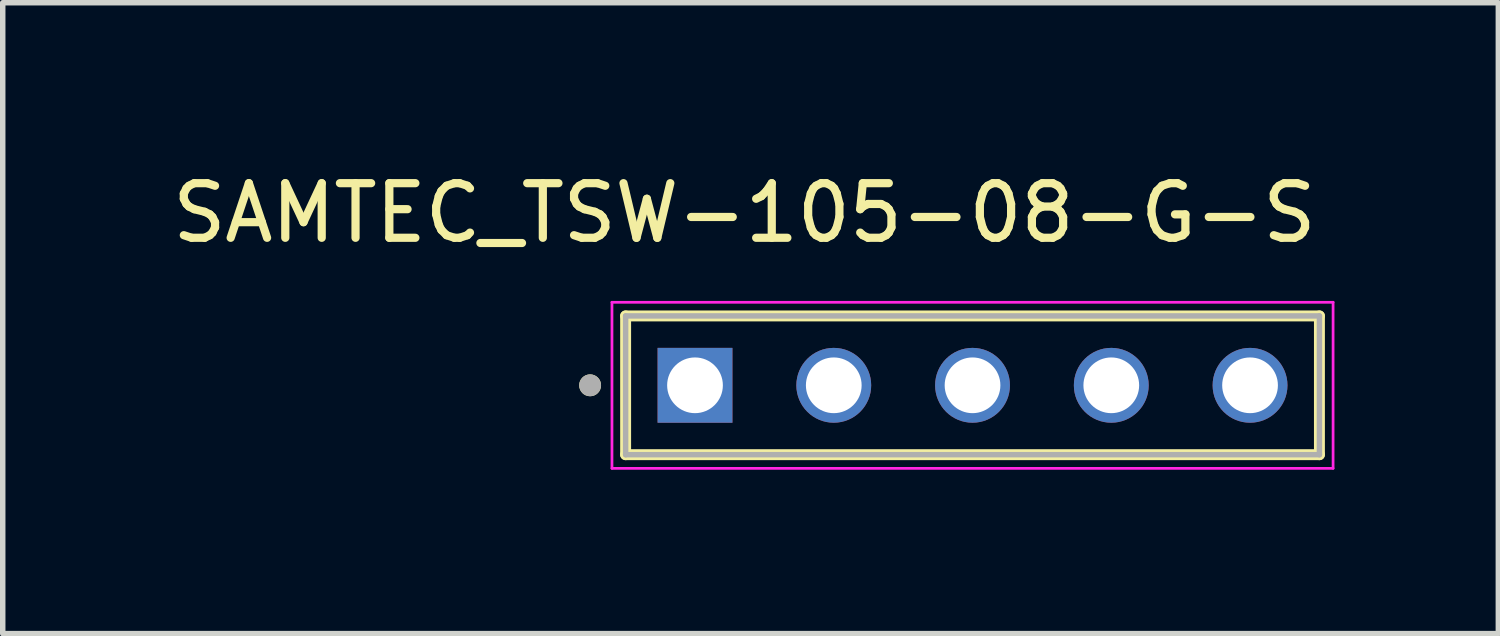
<source format=kicad_pcb>
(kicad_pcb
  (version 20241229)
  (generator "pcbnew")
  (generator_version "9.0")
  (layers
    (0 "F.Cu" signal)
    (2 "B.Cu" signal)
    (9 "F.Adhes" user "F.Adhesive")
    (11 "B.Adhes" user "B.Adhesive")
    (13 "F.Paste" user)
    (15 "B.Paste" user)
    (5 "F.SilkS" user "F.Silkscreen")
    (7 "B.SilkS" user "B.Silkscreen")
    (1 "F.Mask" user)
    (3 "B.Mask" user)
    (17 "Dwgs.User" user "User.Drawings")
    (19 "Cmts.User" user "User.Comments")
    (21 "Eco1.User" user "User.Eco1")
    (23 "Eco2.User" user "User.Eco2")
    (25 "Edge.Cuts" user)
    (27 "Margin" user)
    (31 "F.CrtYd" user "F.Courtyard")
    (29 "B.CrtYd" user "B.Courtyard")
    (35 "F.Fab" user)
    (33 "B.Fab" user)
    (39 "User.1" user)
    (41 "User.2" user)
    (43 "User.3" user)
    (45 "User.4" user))
  (footprint "SAMTEC_TSW-105-08-G-S"
    (layer "F.Cu")
    (at 9.672 4.003)
    (property "Reference" "SAMTEC_TSW-105-08-G-S" (at 0.905 -3.155 0) (layer "F.SilkS") (effects (font (size 1 1) (thickness 0.15))))
    (attr through_hole)
    (fp_line (start -1.27 1.27) (end -1.27 -1.27) (stroke (width 0.2) (type solid)) (layer "F.SilkS"))
    (fp_line (start 11.43 -1.27) (end -1.27 -1.27) (stroke (width 0.2) (type solid)) (layer "F.SilkS"))
    (fp_line (start 11.43 -1.27) (end 11.43 1.27) (stroke (width 0.2) (type solid)) (layer "F.SilkS"))
    (fp_line (start 11.43 1.27) (end -1.27 1.27) (stroke (width 0.2) (type solid)) (layer "F.SilkS"))
    (fp_circle (center -1.92 0) (end -1.82 0) (stroke (width 0.2) (type solid)) (fill no) (layer "F.SilkS"))
    (fp_line (start -1.52 -1.52) (end 11.68 -1.52) (stroke (width 0.05) (type solid)) (layer "F.CrtYd"))
    (fp_line (start -1.52 1.52) (end -1.52 -1.52) (stroke (width 0.05) (type solid)) (layer "F.CrtYd"))
    (fp_line (start 11.68 -1.52) (end 11.68 1.52) (stroke (width 0.05) (type solid)) (layer "F.CrtYd"))
    (fp_line (start 11.68 1.52) (end -1.52 1.52) (stroke (width 0.05) (type solid)) (layer "F.CrtYd"))
    (fp_line (start -1.27 -1.27) (end 11.43 -1.27) (stroke (width 0.1) (type solid)) (layer "F.Fab"))
    (fp_line (start -1.27 1.27) (end -1.27 -1.27) (stroke (width 0.1) (type solid)) (layer "F.Fab"))
    (fp_line (start 11.43 -1.27) (end 11.43 1.27) (stroke (width 0.1) (type solid)) (layer "F.Fab"))
    (fp_line (start 11.43 1.27) (end -1.27 1.27) (stroke (width 0.1) (type solid)) (layer "F.Fab"))
    (fp_circle (center -1.92 0) (end -1.82 0) (stroke (width 0.2) (type solid)) (fill no) (layer "F.Fab"))
    (pad "01" thru_hole rect (at 0 0) (size 1.37 1.37) (drill 1.02) (layers "*.Cu" "*.Mask"))
    (pad "02" thru_hole circle (at 2.54 0) (size 1.37 1.37) (drill 1.02) (layers "*.Cu" "*.Mask"))
    (pad "03" thru_hole circle (at 5.08 0) (size 1.37 1.37) (drill 1.02) (layers "*.Cu" "*.Mask"))
    (pad "04" thru_hole circle (at 7.62 0) (size 1.37 1.37) (drill 1.02) (layers "*.Cu" "*.Mask"))
    (pad "05" thru_hole circle (at 10.16 0) (size 1.37 1.37) (drill 1.02) (layers "*.Cu" "*.Mask")))
  (gr_rect
    (start -3 -3)
    (end 24.377 8.548)
    (stroke (width 0.1) (type default))
    (fill no)
    (layer "Edge.Cuts")))
</source>
